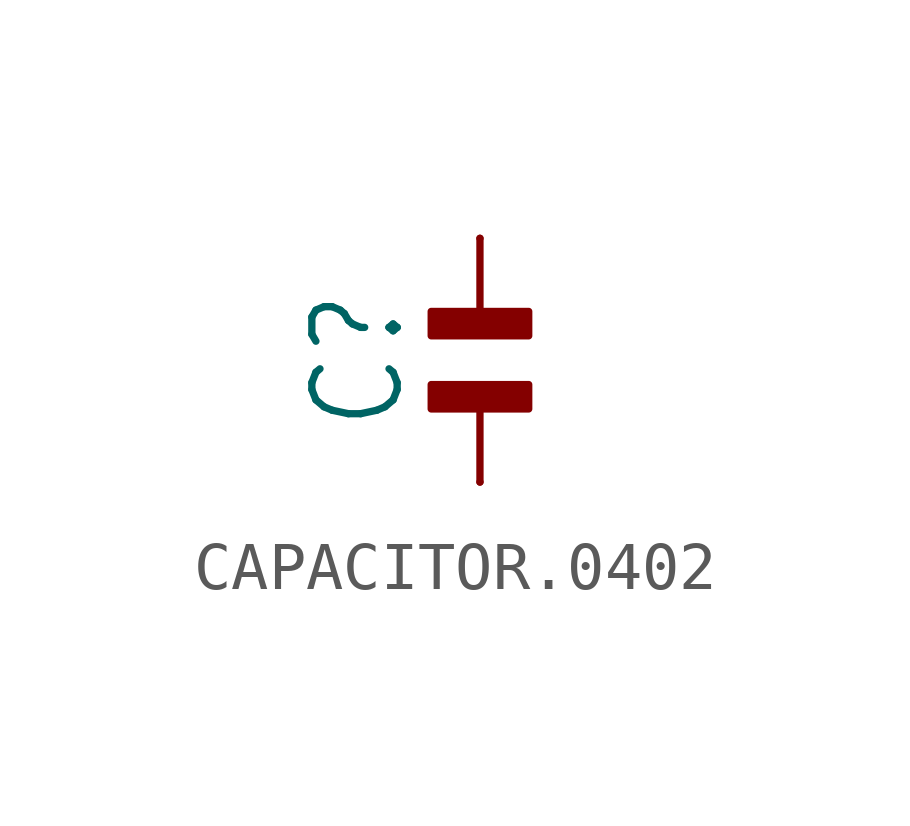
<source format=kicad_sym>
(kicad_symbol_lib
  (version 20220914)
  (generator kicad_symbol_editor)
  (symbol "CAPACITOR.0402"
    (property "Reference" "C"
      (at -2.54 0 90)
      (effects (font (size 1.778 1.511))))
    (property "Value" ""
      (at 2.54 0 90)
      (effects (font (size 1.778 1.511))))
    (property "ki_locked" ""
      (at 0 0 0)
      (effects (font (size 1.27 1.27))))
    (symbol "CAPACITOR.0402_1_0"
      (polyline (pts (xy 0 -0.889) (xy 0 -2.54)) (stroke (width 0.152) (type solid)) (fill (type none)))
      (polyline (pts (xy 0 2.54) (xy 0 0.889)) (stroke (width 0.152) (type solid)) (fill (type none)))
      (rectangle (start 1.016 -1.016) (end -1.016 -0.508) (stroke (width 0) (type default)) (fill (type outline)))
      (rectangle (start 1.016 0.508) (end -1.016 1.016) (stroke (width 0) (type default)) (fill (type outline)))
      (pin bidirectional line (at 0 2.54 270) (length 0) (name "1" (effects (font (size 0 0)))) (number "1" (effects (font (size 0 0)))))
      (pin bidirectional line (at 0 -2.54 90) (length 0) (name "2" (effects (font (size 0 0)))) (number "2" (effects (font (size 0 0))))))))
</source>
